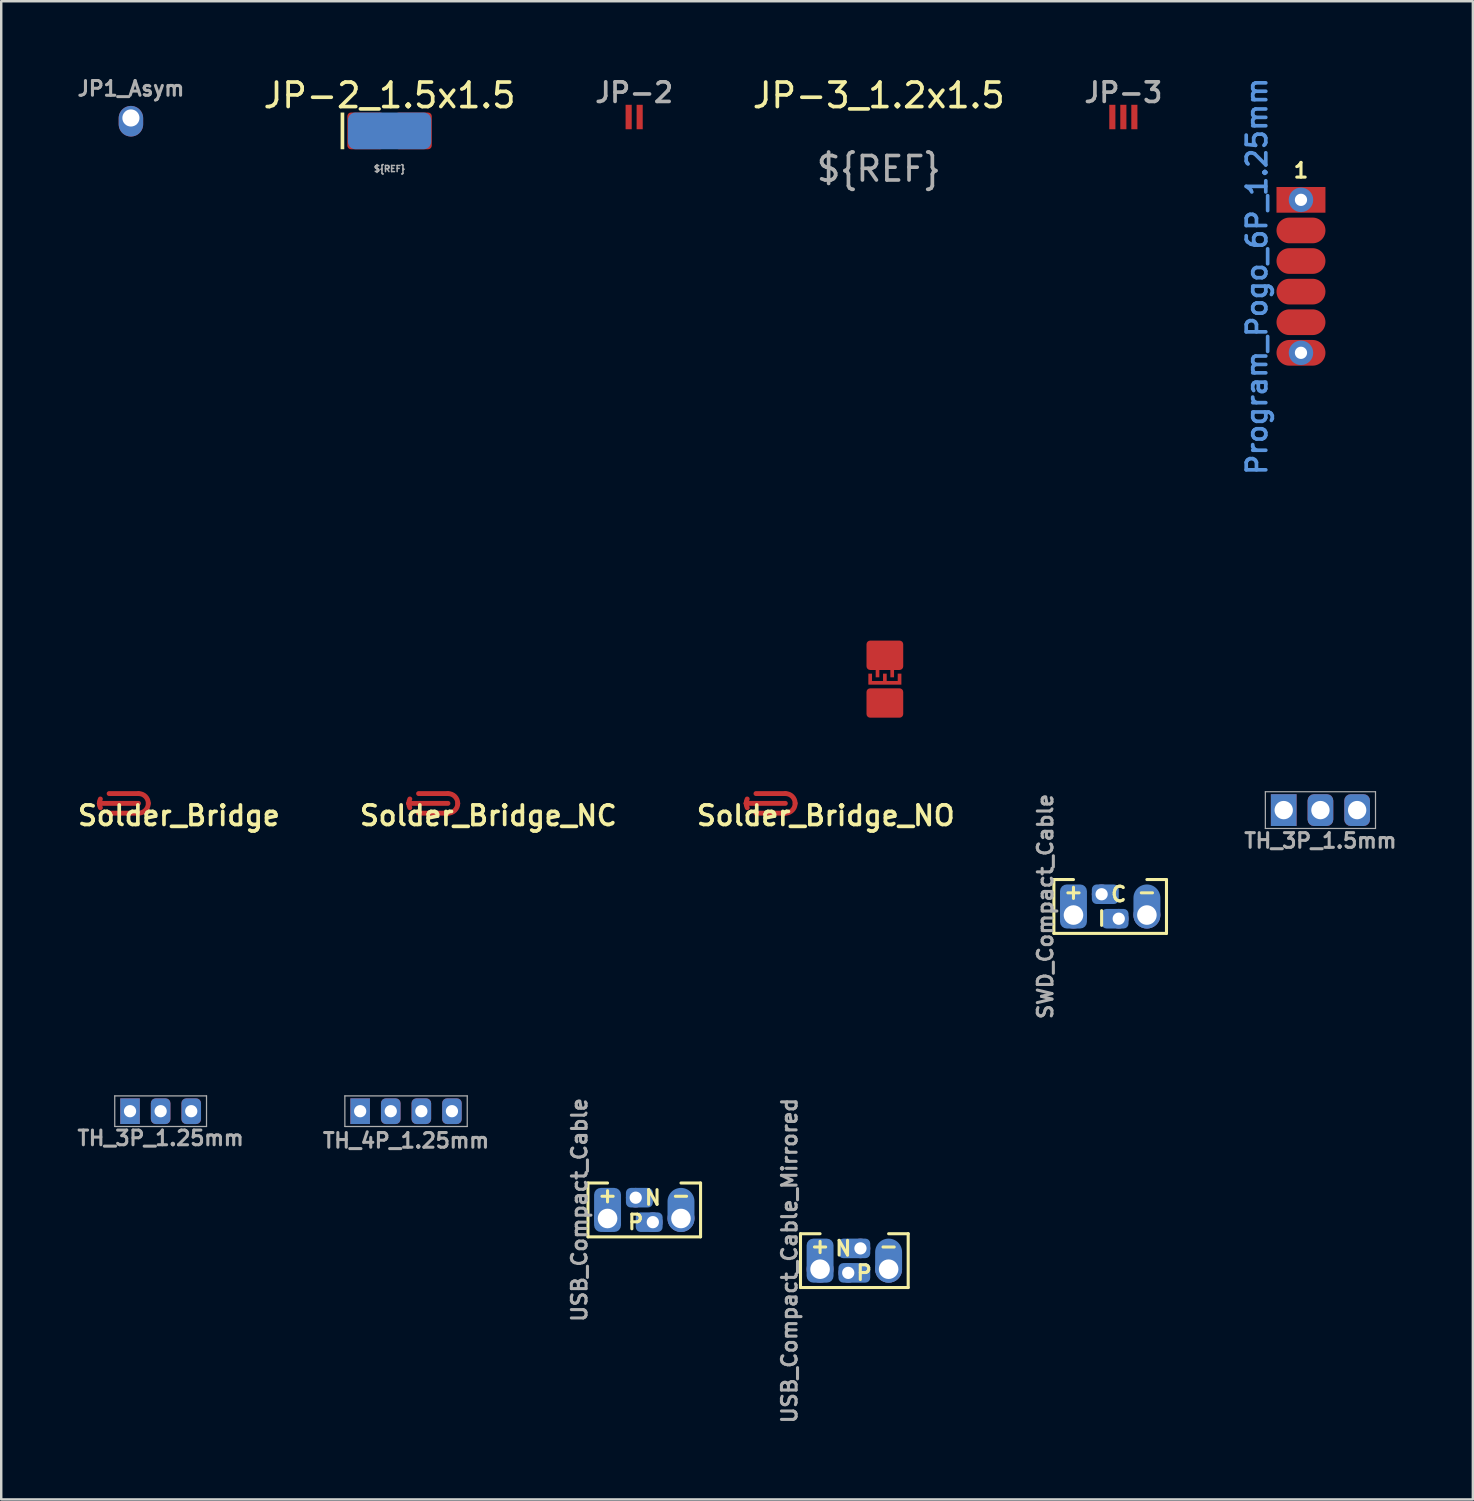
<source format=kicad_pcb>
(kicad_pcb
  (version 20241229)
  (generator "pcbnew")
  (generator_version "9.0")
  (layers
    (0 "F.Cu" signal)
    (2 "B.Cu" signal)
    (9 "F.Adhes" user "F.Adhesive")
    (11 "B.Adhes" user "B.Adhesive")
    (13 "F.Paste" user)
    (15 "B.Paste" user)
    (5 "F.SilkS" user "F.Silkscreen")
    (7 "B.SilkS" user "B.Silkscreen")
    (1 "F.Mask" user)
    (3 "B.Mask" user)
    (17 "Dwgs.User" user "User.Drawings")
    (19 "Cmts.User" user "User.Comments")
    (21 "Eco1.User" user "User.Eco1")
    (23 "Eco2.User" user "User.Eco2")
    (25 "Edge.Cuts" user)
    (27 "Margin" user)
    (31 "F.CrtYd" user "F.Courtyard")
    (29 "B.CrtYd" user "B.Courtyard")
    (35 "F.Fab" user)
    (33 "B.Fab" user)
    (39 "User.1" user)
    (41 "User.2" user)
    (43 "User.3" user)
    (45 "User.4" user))
  (footprint "Program_Pogo_6P_1.25mm"
    (layer "F.Cu")
    (at 50.104 8.24)
    (property "Reference" "Program_Pogo_6P_1.25mm" (at -1.8 0 90) (layer "Cmts.User") (effects (font (size 0.8 0.8) (thickness 0.15))))
    (attr exclude_from_pos_files exclude_from_bom)
    (fp_text user "1" (at 0 -4.325 0) (layer "F.SilkS") (effects (font (size 0.6 0.6) (thickness 0.127))))
    (pad "1" thru_hole circle (at 0 -3.125) (size 1 1) (drill 0.5) (layers "*.Cu" "F.Mask"))
    (pad "1" connect rect (at 0 -3.125) (size 2 1.05) (layers "F.Cu" "F.Mask"))
    (pad "2" connect oval (at 0 -1.875) (size 2 1.05) (layers "F.Cu" "F.Mask"))
    (pad "3" connect oval (at 0 -0.625) (size 2 1.05) (layers "F.Cu" "F.Mask"))
    (pad "4" connect oval (at 0 0.625) (size 2 1.05) (layers "F.Cu" "F.Mask"))
    (pad "5" connect oval (at 0 1.875) (size 2 1.05) (layers "F.Cu" "F.Mask"))
    (pad "6" thru_hole circle (at 0 3.125) (size 1 1) (drill 0.5) (layers "*.Cu" "F.Mask"))
    (pad "6" connect oval (at 0 3.125) (size 2 1.05) (layers "F.Cu" "F.Mask")))
  (footprint "USB_Compact_Cable_Mirrored"
    (layer "F.Cu")
    (at 31.856 48.456)
    (property "Reference" "USB_Compact_Cable_Mirrored" (at -2.65 0 90) (layer "F.Fab") (effects (font (size 0.6 0.6) (thickness 0.125))))
    (attr exclude_from_pos_files exclude_from_bom)
    (fp_line (start -2.2 -1.1) (end -2.2 1.1) (stroke (width 0.125) (type solid)) (layer "F.SilkS"))
    (fp_line (start -2.2 1.1) (end 2.2 1.1) (stroke (width 0.125) (type solid)) (layer "F.SilkS"))
    (fp_line (start -1.4 -1.1) (end -2.2 -1.1) (stroke (width 0.125) (type solid)) (layer "F.SilkS"))
    (fp_line (start 2.2 -1.1) (end 1.4 -1.1) (stroke (width 0.125) (type solid)) (layer "F.SilkS"))
    (fp_line (start 2.2 1.1) (end 2.2 -1.1) (stroke (width 0.125) (type solid)) (layer "F.SilkS"))
    (fp_text user "N" (at -0.45 -0.5 180) (layer "F.SilkS") (effects (font (size 0.6 0.6) (thickness 0.125))))
    (fp_text user "-" (at 1.4 -0.6 0) (layer "F.SilkS") (effects (font (size 0.6 0.6) (thickness 0.125))))
    (fp_text user "P" (at 0.4 0.5 0) (layer "F.SilkS") (effects (font (size 0.6 0.6) (thickness 0.125))))
    (fp_text user "+" (at -1.4 -0.6 0) (layer "F.SilkS") (effects (font (size 0.6 0.6) (thickness 0.125))))
    (pad "1" connect roundrect (at -1.4 0) (size 1.1 1.8) (layers "B.Cu" "B.Mask") (roundrect_rratio 0.25))
    (pad "1" thru_hole circle (at -1.4 0.35) (size 1.1 1.1) (drill 0.8) (layers "*.Cu" "*.Mask"))
    (pad "2" connect roundrect (at -0.2 -0.5 90) (size 0.8 1.3) (drill (offset 0 0.2)) (layers "B.Cu" "B.Mask") (roundrect_rratio 0.25))
    (pad "2" thru_hole circle (at 0.25 -0.5 90) (size 0.8 0.8) (drill 0.5) (layers "*.Cu" "*.Mask"))
    (pad "3" thru_hole circle (at -0.25 0.5 90) (size 0.8 0.8) (drill 0.5) (layers "*.Cu" "*.Mask"))
    (pad "3" connect roundrect (at 0.2 0.5 270) (size 0.8 1.3) (drill (offset 0 0.2)) (layers "B.Cu" "B.Mask") (roundrect_rratio 0.25))
    (pad "4" connect oval (at 1.4 0) (size 1.1 1.8) (layers "B.Cu" "B.Mask"))
    (pad "4" thru_hole circle (at 1.4 0.35) (size 1.1 1.1) (drill 0.8) (layers "*.Cu" "*.Mask")))
  (footprint "JP1_Asym"
    (layer "F.Cu")
    (at 2.299 1.77)
    (property "Reference" "JP1_Asym" (at 0 -1.2 0) (layer "F.Fab") (effects (font (size 0.6 0.6) (thickness 0.125))))
    (attr through_hole)
    (pad "1" thru_hole oval (at 0 0) (size 1 1.25) (drill 0.7 (offset 0 0.133)) (layers "*.Cu" "*.Mask")))
  (footprint "Solder_Bridge_NO"
    (layer "F.Cu")
    (at 28.437 29.773)
    (property "Reference" "Solder_Bridge_NO" (at 2.25 0.5 0) (layer "F.SilkS") (effects (font (size 0.8 0.8) (thickness 0.15))))
    (attr exclude_from_pos_files exclude_from_bom)
    (fp_line (start -1 0) (end 0.6 0) (stroke (width 0.2) (type solid)) (layer "F.Cu"))
    (fp_line (start 0.6 -0.4) (end -0.6 -0.4) (stroke (width 0.2) (type solid)) (layer "F.Cu"))
    (fp_line (start 0.6 0.4) (end -0.6 0.4) (stroke (width 0.2) (type solid)) (layer "F.Cu"))
    (fp_arc (start -1 0) (mid -0.989352 -0.09168) (end -0.957974 -0.178479) (stroke (width 0.2) (type solid)) (layer "F.Cu"))
    (fp_arc (start -0.957974 0.178479) (mid -0.989352 0.09168) (end -1 0) (stroke (width 0.2) (type solid)) (layer "F.Cu"))
    (fp_arc (start 0.6 -0.4) (mid 1 0) (end 0.6 0.4) (stroke (width 0.2) (type solid)) (layer "F.Cu"))
    (pad "" connect oval (at 0 0) (size 1.4 0.2) (layers "F.Mask"))
    (pad "1" connect circle (at -1 0) (size 0.2 0.2) (layers "F.Cu" "F.Mask"))
    (pad "2" connect circle (at 1 0) (size 0.2 0.2) (layers "F.Cu" "F.Mask")))
  (footprint "Solder_Bridge_NC"
    (layer "F.Cu")
    (at 14.652 29.773)
    (property "Reference" "Solder_Bridge_NC" (at 2.25 0.5 0) (layer "F.SilkS") (effects (font (size 0.8 0.8) (thickness 0.15))))
    (attr exclude_from_pos_files exclude_from_bom)
    (fp_line (start -1 0) (end 0.6 0) (stroke (width 0.2) (type solid)) (layer "F.Cu"))
    (fp_line (start 0.6 -0.4) (end -0.6 -0.4) (stroke (width 0.2) (type solid)) (layer "F.Cu"))
    (fp_line (start 0.6 0.4) (end -0.6 0.4) (stroke (width 0.2) (type solid)) (layer "F.Cu"))
    (fp_arc (start -1 0) (mid -0.989352 -0.09168) (end -0.957974 -0.178479) (stroke (width 0.2) (type solid)) (layer "F.Cu"))
    (fp_arc (start -0.957974 0.178479) (mid -0.989352 0.09168) (end -1 0) (stroke (width 0.2) (type solid)) (layer "F.Cu"))
    (fp_arc (start 0.6 -0.4) (mid 1 0) (end 0.6 0.4) (stroke (width 0.2) (type solid)) (layer "F.Cu"))
    (pad "" connect oval (at 0 0) (size 1.4 0.2) (layers "F.Mask"))
    (pad "" smd oval (at 0 0) (size 2.2 1) (layers "F.Paste"))
    (pad "1" connect circle (at -1 0) (size 0.2 0.2) (layers "F.Cu" "F.Mask"))
    (pad "2" connect circle (at 1 0) (size 0.2 0.2) (layers "F.Cu" "F.Mask")))
  (footprint "JP-2"
    (layer "F.Cu")
    (at 22.86 1.731)
    (property "Reference" "JP-2" (at 0 -1 0) (layer "F.Fab") (effects (font (size 0.8 0.8) (thickness 0.15))))
    (attr through_hole)
    (pad "" connect rect (at 0 0) (size 0.7 0.8) (layers "F.Mask"))
    (pad "" smd roundrect (at 0 0) (size 0.8 1.2) (layers "F.Paste") (roundrect_rratio 0.15))
    (pad "1" connect rect (at -0.225 0) (size 0.25 1) (layers "F.Cu"))
    (pad "2" connect rect (at 0.225 0) (size 0.25 1) (layers "F.Cu")))
  (footprint "SWD_Compact_Cable"
    (layer "F.Cu")
    (at 42.309 33.986)
    (property "Reference" "SWD_Compact_Cable" (at -2.65 0 90) (layer "F.Fab") (effects (font (size 0.6 0.6) (thickness 0.125))))
    (attr exclude_from_pos_files exclude_from_bom)
    (fp_line (start -2.3 -1.1) (end -2.3 1.1) (stroke (width 0.125) (type solid)) (layer "F.SilkS"))
    (fp_line (start -2.3 1.1) (end 2.3 1.1) (stroke (width 0.125) (type solid)) (layer "F.SilkS"))
    (fp_line (start -1.5 -1.1) (end -2.3 -1.1) (stroke (width 0.125) (type solid)) (layer "F.SilkS"))
    (fp_line (start 2.3 -1.1) (end 1.5 -1.1) (stroke (width 0.125) (type solid)) (layer "F.SilkS"))
    (fp_line (start 2.3 1.1) (end 2.3 -1.1) (stroke (width 0.125) (type solid)) (layer "F.SilkS"))
    (fp_text user "+" (at -1.5 -0.6 0) (layer "F.SilkS") (effects (font (size 0.6 0.6) (thickness 0.125))))
    (fp_text user "-" (at 1.5 -0.6 0) (layer "F.SilkS") (effects (font (size 0.6 0.6) (thickness 0.125))))
    (fp_text user "I" (at -0.35 0.5 0) (layer "F.SilkS") (effects (font (size 0.6 0.6) (thickness 0.125))))
    (fp_text user "C" (at 0.35 -0.5 0) (layer "F.SilkS") (effects (font (size 0.6 0.6) (thickness 0.125))))
    (pad "1" connect roundrect (at -1.5 0) (size 1.1 1.8) (layers "B.Cu" "B.Mask") (roundrect_rratio 0.25))
    (pad "1" thru_hole circle (at -1.5 0.35) (size 1.1 1.1) (drill 0.8) (layers "*.Cu" "*.Mask"))
    (pad "2" connect oval (at 1.5 0) (size 1.1 1.8) (layers "B.Cu" "B.Mask"))
    (pad "2" thru_hole circle (at 1.5 0.35) (size 1.1 1.1) (drill 0.8) (layers "*.Cu" "*.Mask"))
    (pad "3" connect roundrect (at -0.4 -0.5 90) (size 0.8 1.1) (drill (offset 0 0.2)) (layers "B.Cu" "B.Mask") (roundrect_rratio 0.25))
    (pad "3" thru_hole circle (at -0.35 -0.5 90) (size 0.8 0.8) (drill 0.5) (layers "*.Cu" "*.Mask"))
    (pad "4" thru_hole circle (at 0.35 0.5 90) (size 0.8 0.8) (drill 0.5) (layers "*.Cu" "*.Mask"))
    (pad "4" connect roundrect (at 0.4 0.5 270) (size 0.8 1.1) (drill (offset 0 0.2)) (layers "B.Cu" "B.Mask") (roundrect_rratio 0.25)))
  (footprint "JP-3"
    (layer "F.Cu")
    (at 42.847 1.731)
    (property "Reference" "JP-3" (at 0 -1 0) (layer "F.Fab") (effects (font (size 0.8 0.8) (thickness 0.15))))
    (attr through_hole)
    (pad "" smd roundrect (at -0.25 0) (size 0.8 1.2) (layers "F.Paste") (roundrect_rratio 0.15))
    (pad "" connect rect (at 0 0) (size 0.95 0.8) (layers "F.Mask"))
    (pad "1" connect rect (at -0.45 0) (size 0.25 1) (layers "F.Cu"))
    (pad "2" connect rect (at 0 0) (size 0.25 1) (layers "F.Cu"))
    (pad "3" connect rect (at 0.45 0) (size 0.25 1) (layers "F.Cu")))
  (footprint "JP-3_1.2x1.5"
    (layer "F.Cu")
    (at 33.103 24.848)
    (property "Reference" "JP-3_1.2x1.5" (at -0.25 -24 0) (unlocked yes) (layer "F.SilkS") (effects (font (size 1 1) (thickness 0.15))))
    (attr through_hole)
    (fp_text user "${REF}" (at -0.25 -21 0) (unlocked yes) (layer "F.Fab") (effects (font (size 1 1) (thickness 0.15))))
    (pad "1" connect roundrect (at 0 -1.125) (size 1.5 1.2) (layers "F.Cu" "F.Mask") (roundrect_rratio 0.125))
    (pad "2" connect rect (at -0.6 -0.225) (size 0.15 0.3) (layers "F.Cu" "F.Mask"))
    (pad "2" connect rect (at -0.3 -0.375) (size 0.15 0.3) (layers "F.Cu" "F.Mask"))
    (pad "2" connect rect (at 0 -0.225) (size 0.15 0.3) (layers "F.Cu" "F.Mask"))
    (pad "2" connect rect (at 0 0) (size 1.35 0.15) (layers "F.Cu" "F.Mask"))
    (pad "2" connect rect (at 0.3 -0.375) (size 0.15 0.3) (layers "F.Cu" "F.Mask"))
    (pad "2" connect rect (at 0.6 -0.225) (size 0.15 0.3) (layers "F.Cu" "F.Mask"))
    (pad "3" connect roundrect (at 0 0.825) (size 1.5 1.2) (layers "F.Cu" "F.Mask") (roundrect_rratio 0.125)))
  (footprint "TH_3P_1.25mm"
    (layer "F.Cu")
    (at 3.513 42.35)
    (property "Reference" "TH_3P_1.25mm" (at 0 1.1 0) (layer "F.Fab") (effects (font (size 0.6 0.6) (thickness 0.125))))
    (attr exclude_from_pos_files exclude_from_bom)
    (fp_line (start -1.875 -0.625) (end 1.875 -0.625) (stroke (width 0.05) (type solid)) (layer "F.Fab"))
    (fp_line (start -1.875 0.625) (end -1.875 -0.625) (stroke (width 0.05) (type solid)) (layer "F.Fab"))
    (fp_line (start 1.875 -0.625) (end 1.875 0.625) (stroke (width 0.05) (type solid)) (layer "F.Fab"))
    (fp_line (start 1.875 0.625) (end -1.875 0.625) (stroke (width 0.05) (type solid)) (layer "F.Fab"))
    (pad "1" thru_hole rect (at -1.25 0) (size 0.8 1.05) (drill 0.5) (layers "*.Cu" "*.Mask"))
    (pad "2" thru_hole roundrect (at 0 0) (size 0.8 1.05) (drill 0.5) (layers "*.Cu" "*.Mask") (roundrect_rratio 0.25))
    (pad "3" thru_hole roundrect (at 1.25 0) (size 0.8 1.05) (drill 0.5) (layers "*.Cu" "*.Mask") (roundrect_rratio 0.25)))
  (footprint "Solder_Bridge"
    (layer "F.Cu")
    (at 2.009 29.773)
    (property "Reference" "Solder_Bridge" (at 2.25 0.5 0) (layer "F.SilkS") (effects (font (size 0.8 0.8) (thickness 0.15))))
    (attr exclude_from_pos_files exclude_from_bom)
    (fp_line (start -1 0) (end 0.6 0) (stroke (width 0.2) (type solid)) (layer "F.Cu"))
    (fp_line (start 0.6 -0.4) (end -0.6 -0.4) (stroke (width 0.2) (type solid)) (layer "F.Cu"))
    (fp_line (start 0.6 0.4) (end -0.6 0.4) (stroke (width 0.2) (type solid)) (layer "F.Cu"))
    (fp_arc (start -1 0) (mid -0.989352 -0.09168) (end -0.957974 -0.178479) (stroke (width 0.2) (type solid)) (layer "F.Cu"))
    (fp_arc (start -0.957974 0.178479) (mid -0.989352 0.09168) (end -1 0) (stroke (width 0.2) (type solid)) (layer "F.Cu"))
    (fp_arc (start 0.6 -0.4) (mid 1 0) (end 0.6 0.4) (stroke (width 0.2) (type solid)) (layer "F.Cu"))
    (pad "" connect oval (at 0 0) (size 1.4 0.2) (layers "F.Mask"))
    (pad "" smd oval (at 0 0) (size 2.2 1) (layers "F.Paste"))
    (pad "1" connect circle (at -1 0) (size 0.2 0.2) (layers "F.Cu" "F.Mask"))
    (pad "2" connect circle (at 1 0) (size 0.2 0.2) (layers "F.Cu" "F.Mask")))
  (footprint "USB_Compact_Cable"
    (layer "F.Cu")
    (at 23.273 46.384)
    (property "Reference" "USB_Compact_Cable" (at -2.65 0 90) (layer "F.Fab") (effects (font (size 0.6 0.6) (thickness 0.125))))
    (attr exclude_from_pos_files exclude_from_bom)
    (fp_line (start -2.3 -1.1) (end -2.3 1.1) (stroke (width 0.125) (type solid)) (layer "F.SilkS"))
    (fp_line (start -2.3 1.1) (end 2.3 1.1) (stroke (width 0.125) (type solid)) (layer "F.SilkS"))
    (fp_line (start -1.5 -1.1) (end -2.3 -1.1) (stroke (width 0.125) (type solid)) (layer "F.SilkS"))
    (fp_line (start 2.3 -1.1) (end 1.5 -1.1) (stroke (width 0.125) (type solid)) (layer "F.SilkS"))
    (fp_line (start 2.3 1.1) (end 2.3 -1.1) (stroke (width 0.125) (type solid)) (layer "F.SilkS"))
    (fp_text user "+" (at -1.5 -0.6 0) (layer "F.SilkS") (effects (font (size 0.6 0.6) (thickness 0.125))))
    (fp_text user "-" (at 1.5 -0.6 0) (layer "F.SilkS") (effects (font (size 0.6 0.6) (thickness 0.125))))
    (fp_text user "N" (at 0.35 -0.5 180) (layer "F.SilkS") (effects (font (size 0.6 0.6) (thickness 0.125))))
    (fp_text user "P" (at -0.35 0.5 0) (layer "F.SilkS") (effects (font (size 0.6 0.6) (thickness 0.125))))
    (pad "1" connect roundrect (at -1.5 0) (size 1.1 1.8) (layers "B.Cu" "B.Mask") (roundrect_rratio 0.25))
    (pad "1" thru_hole circle (at -1.5 0.35) (size 1.1 1.1) (drill 0.8) (layers "*.Cu" "*.Mask"))
    (pad "2" connect roundrect (at -0.4 -0.5 90) (size 0.8 1.1) (drill (offset 0 0.2)) (layers "B.Cu" "B.Mask") (roundrect_rratio 0.25))
    (pad "2" thru_hole circle (at -0.35 -0.5 90) (size 0.8 0.8) (drill 0.5) (layers "*.Cu" "*.Mask"))
    (pad "3" thru_hole circle (at 0.35 0.5 90) (size 0.8 0.8) (drill 0.5) (layers "*.Cu" "*.Mask"))
    (pad "3" connect roundrect (at 0.4 0.5 270) (size 0.8 1.1) (drill (offset 0 0.2)) (layers "B.Cu" "B.Mask") (roundrect_rratio 0.25))
    (pad "4" connect oval (at 1.5 0) (size 1.1 1.8) (layers "B.Cu" "B.Mask"))
    (pad "4" thru_hole circle (at 1.5 0.35) (size 1.1 1.1) (drill 0.8) (layers "*.Cu" "*.Mask")))
  (footprint "TH_4P_1.25mm"
    (layer "F.Cu")
    (at 13.54 42.35)
    (property "Reference" "TH_4P_1.25mm" (at 0 1.2 0) (layer "F.Fab") (effects (font (size 0.6 0.6) (thickness 0.125))))
    (attr through_hole)
    (fp_line (start -2.5 -0.625) (end 2.5 -0.625) (stroke (width 0.05) (type solid)) (layer "F.Fab"))
    (fp_line (start -2.5 0.625) (end -2.5 -0.625) (stroke (width 0.05) (type solid)) (layer "F.Fab"))
    (fp_line (start 2.5 -0.625) (end 2.5 0.625) (stroke (width 0.05) (type solid)) (layer "F.Fab"))
    (fp_line (start 2.5 0.625) (end -2.5 0.625) (stroke (width 0.05) (type solid)) (layer "F.Fab"))
    (pad "1" thru_hole rect (at -1.875 0) (size 0.8 1.05) (drill 0.5) (layers "*.Cu" "*.Mask"))
    (pad "2" thru_hole roundrect (at -0.625 0) (size 0.8 1.05) (drill 0.5) (layers "*.Cu" "*.Mask") (roundrect_rratio 0.25))
    (pad "3" thru_hole roundrect (at 0.625 0) (size 0.8 1.05) (drill 0.5) (layers "*.Cu" "*.Mask") (roundrect_rratio 0.25))
    (pad "4" thru_hole roundrect (at 1.875 0) (size 0.8 1.05) (drill 0.5) (layers "*.Cu" "*.Mask") (roundrect_rratio 0.25)))
  (footprint "TH_3P_1.5mm"
    (layer "F.Cu")
    (at 50.899 30.048)
    (property "Reference" "TH_3P_1.5mm" (at 0 1.25 0) (layer "F.Fab") (effects (font (size 0.6 0.6) (thickness 0.125))))
    (attr exclude_from_pos_files exclude_from_bom)
    (fp_line (start -2.25 -0.75) (end 2.25 -0.75) (stroke (width 0.05) (type solid)) (layer "F.Fab"))
    (fp_line (start -2.25 0.75) (end -2.25 -0.75) (stroke (width 0.05) (type solid)) (layer "F.Fab"))
    (fp_line (start 2.25 -0.75) (end 2.25 0.75) (stroke (width 0.05) (type solid)) (layer "F.Fab"))
    (fp_line (start 2.25 0.75) (end -2.25 0.75) (stroke (width 0.05) (type solid)) (layer "F.Fab"))
    (pad "1" thru_hole rect (at -1.5 0) (size 1.05 1.3) (drill 0.75) (layers "*.Cu" "*.Mask"))
    (pad "2" thru_hole roundrect (at 0 0) (size 1.05 1.3) (drill 0.75) (layers "*.Cu" "*.Mask") (roundrect_rratio 0.25))
    (pad "3" thru_hole roundrect (at 1.5 0) (size 1.05 1.3) (drill 0.75) (layers "*.Cu" "*.Mask") (roundrect_rratio 0.25)))
  (footprint "JP-2_1.5x1.5"
    (layer "F.Cu")
    (at 12.866 2.348)
    (property "Reference" "JP-2_1.5x1.5" (at 0 -1.5 0) (unlocked yes) (layer "F.SilkS") (effects (font (size 1 1) (thickness 0.15))))
    (attr exclude_from_pos_files exclude_from_bom)
    (fp_poly (pts (xy -0.075 0.2) (xy 0.425 -0.05) (xy 0.425 0.45)) (stroke (width 0) (type solid)) (fill yes) (layer "F.Cu"))
    (fp_poly (pts (xy -0.075 -0.3) (xy 0.425 -0.55) (xy 0.425 -0.05)) (stroke (width 0) (type solid)) (fill yes) (layer "F.Cu"))
    (fp_poly (pts (xy 0.075 0.45) (xy -0.425 0.7) (xy -0.425 0.2)) (stroke (width 0) (type solid)) (fill yes) (layer "F.Cu"))
    (fp_poly (pts (xy 0.075 -0.55) (xy -0.425 -0.3) (xy -0.425 -0.8)) (stroke (width 0) (type solid)) (fill yes) (layer "F.Cu"))
    (fp_poly (pts (xy 0.075 -0.05) (xy -0.425 0.2) (xy -0.425 -0.3)) (stroke (width 0) (type solid)) (fill yes) (layer "F.Cu"))
    (fp_poly (pts (xy 0.35 -0.8) (xy 0.35 0.7) (xy -0.35 0.7) (xy -0.35 -0.8)) (stroke (width 0) (type solid)) (fill yes) (layer "F.Mask"))
    (fp_poly (pts (xy -1.85 0.7) (xy -2 0.7) (xy -2 -0.8) (xy -1.85 -0.8)) (stroke (width 0) (type solid)) (fill yes) (layer "F.SilkS"))
    (fp_text user "${REF}" (at 0 1.5 0) (unlocked yes) (layer "F.Fab") (effects (font (size 0.25 0.25) (thickness 0.062))))
    (pad "" smd roundrect (at 0 -0.05 90) (size 1.5 3.4) (layers "B.Cu" "F.Paste") (roundrect_rratio 0.2))
    (pad "1" connect roundrect (at -0.975 -0.05 90) (size 1.5 1.5) (layers "F.Cu" "F.Mask") (roundrect_rratio 0.1))
    (pad "2" connect roundrect (at 0.975 -0.05 90) (size 1.5 1.5) (layers "F.Cu" "F.Mask") (roundrect_rratio 0.1)))
  (gr_rect
    (start -3 -3)
    (end 57.127 58.212)
    (stroke (width 0.1) (type default))
    (fill no)
    (layer "Edge.Cuts")))
</source>
